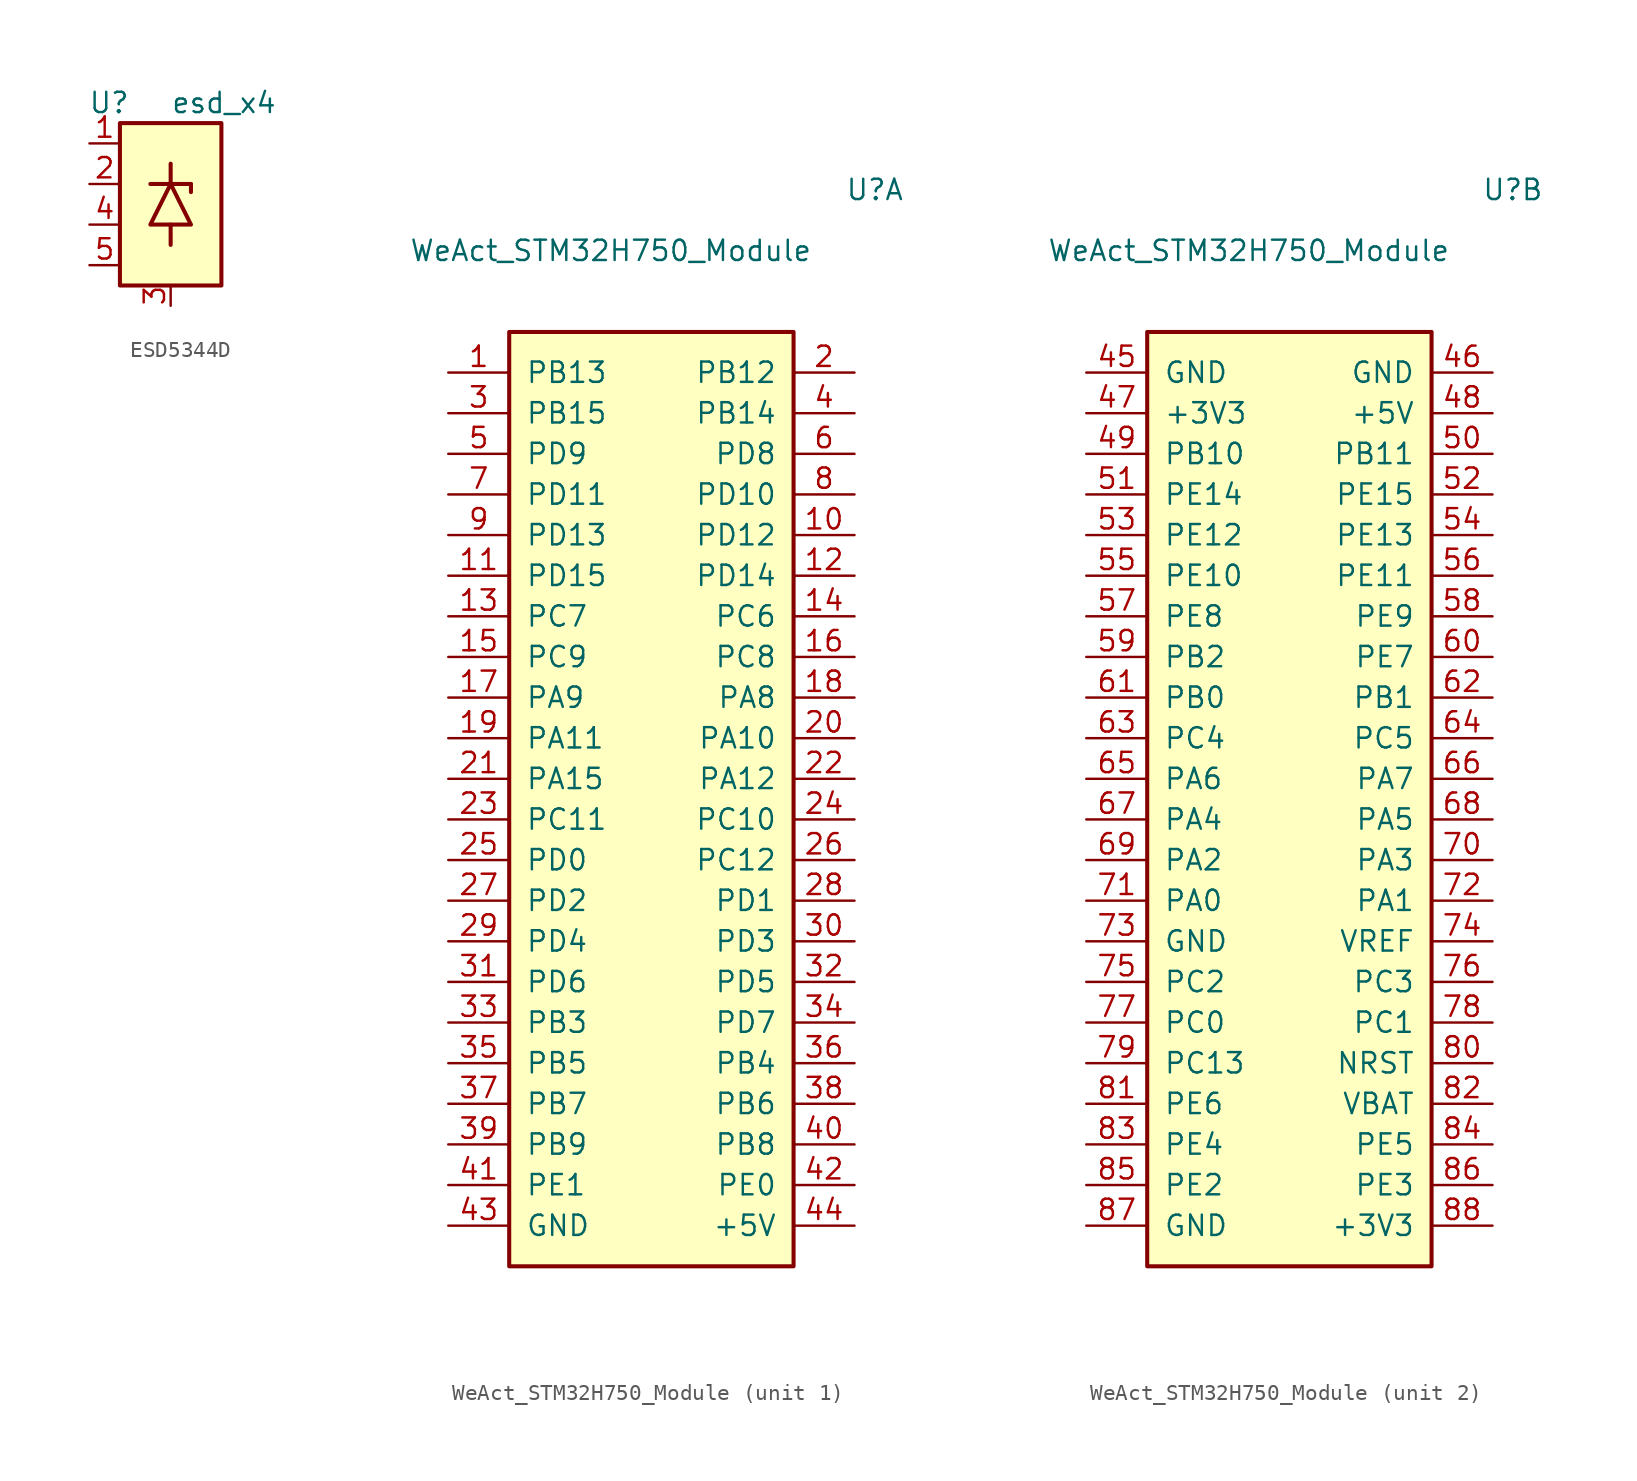
<source format=kicad_sym>
(kicad_symbol_lib
  (version 20220914)
  (generator kicad_symbol_editor)
  (symbol "ESD5344D"
    (pin_names hide)
    (property "Reference" "U"
      (at -2.54 7.62 0)
      (effects (font (size 1.27 1.27)) (justify right)))
    (property "Value" "esd_x4"
      (at 0 7.62 0)
      (effects (font (size 1.27 1.27)) (justify left)))
    (symbol "ESD5344D_0_1"
      (rectangle (start -3.175 6.35) (end 3.175 -3.81) (stroke (width 0.254) (type default)) (fill (type background))))
    (symbol "ESD5344D_1_1"
      (polyline (pts (xy -1.27 2.54) (xy 1.27 2.54)) (stroke (width 0.254) (type default)) (fill (type none)))
      (polyline (pts (xy 0 0) (xy 0 -1.27)) (stroke (width 0.254) (type default)) (fill (type none)))
      (polyline (pts (xy 0 2.54) (xy 0 3.81)) (stroke (width 0.254) (type default)) (fill (type none)))
      (polyline (pts (xy 1.27 2.54) (xy 1.27 2.032)) (stroke (width 0.254) (type default)) (fill (type none)))
      (polyline (pts (xy 1.27 0) (xy 0 2.54) (xy -1.27 0) (xy 1.27 0)) (stroke (width 0.254) (type default)) (fill (type none)))
      (pin passive line (at -5.08 5.08 0) (length 1.905) (name "D1" (effects (font (size 1.27 1.27)))) (number "1" (effects (font (size 1.27 1.27)))))
      (pin passive line (at -5.08 2.54 0) (length 1.905) (name "D2" (effects (font (size 1.27 1.27)))) (number "2" (effects (font (size 1.27 1.27)))))
      (pin power_in line (at 0 -5.08 90) (length 1.27) (name "GND" (effects (font (size 1.27 1.27)))) (number "3" (effects (font (size 1.27 1.27)))))
      (pin passive line (at -5.08 0 0) (length 1.905) (name "D3" (effects (font (size 1.27 1.27)))) (number "4" (effects (font (size 1.27 1.27)))))
      (pin passive line (at -5.08 -2.54 0) (length 1.905) (name "D4" (effects (font (size 1.27 1.27)))) (number "5" (effects (font (size 1.27 1.27)))))))
  (symbol "WeAct_STM32H750_Module"
    (pin_names
      (offset 1.016))
    (property "Reference" "U"
      (at 13.97 36.83 0)
      (effects (font (size 1.27 1.27))))
    (property "Value" "WeAct_STM32H750_Module"
      (at -2.54 33.02 0)
      (effects (font (size 1.27 1.27))))
    (property "ki_locked" ""
      (at 0 0 0)
      (effects (font (size 1.27 1.27))))
    (symbol "WeAct_STM32H750_Module_1_1"
      (rectangle (start -8.89 27.94) (end 8.89 -30.48) (stroke (width 0.254) (type default)) (fill (type background)))
      (pin passive line (at -12.7 25.4 0) (length 3.81) (name "PB13" (effects (font (size 1.27 1.27)))) (number "1" (effects (font (size 1.27 1.27)))))
      (pin passive line (at 12.7 15.24 180) (length 3.81) (name "PD12" (effects (font (size 1.27 1.27)))) (number "10" (effects (font (size 1.27 1.27)))))
      (pin passive line (at -12.7 12.7 0) (length 3.81) (name "PD15" (effects (font (size 1.27 1.27)))) (number "11" (effects (font (size 1.27 1.27)))))
      (pin passive line (at 12.7 12.7 180) (length 3.81) (name "PD14" (effects (font (size 1.27 1.27)))) (number "12" (effects (font (size 1.27 1.27)))))
      (pin passive line (at -12.7 10.16 0) (length 3.81) (name "PC7" (effects (font (size 1.27 1.27)))) (number "13" (effects (font (size 1.27 1.27)))))
      (pin passive line (at 12.7 10.16 180) (length 3.81) (name "PC6" (effects (font (size 1.27 1.27)))) (number "14" (effects (font (size 1.27 1.27)))))
      (pin passive line (at -12.7 7.62 0) (length 3.81) (name "PC9" (effects (font (size 1.27 1.27)))) (number "15" (effects (font (size 1.27 1.27)))))
      (pin passive line (at 12.7 7.62 180) (length 3.81) (name "PC8" (effects (font (size 1.27 1.27)))) (number "16" (effects (font (size 1.27 1.27)))))
      (pin passive line (at -12.7 5.08 0) (length 3.81) (name "PA9" (effects (font (size 1.27 1.27)))) (number "17" (effects (font (size 1.27 1.27)))))
      (pin passive line (at 12.7 5.08 180) (length 3.81) (name "PA8" (effects (font (size 1.27 1.27)))) (number "18" (effects (font (size 1.27 1.27)))))
      (pin passive line (at -12.7 2.54 0) (length 3.81) (name "PA11" (effects (font (size 1.27 1.27)))) (number "19" (effects (font (size 1.27 1.27)))))
      (pin passive line (at 12.7 25.4 180) (length 3.81) (name "PB12" (effects (font (size 1.27 1.27)))) (number "2" (effects (font (size 1.27 1.27)))))
      (pin passive line (at 12.7 2.54 180) (length 3.81) (name "PA10" (effects (font (size 1.27 1.27)))) (number "20" (effects (font (size 1.27 1.27)))))
      (pin passive line (at -12.7 0 0) (length 3.81) (name "PA15" (effects (font (size 1.27 1.27)))) (number "21" (effects (font (size 1.27 1.27)))))
      (pin passive line (at 12.7 0 180) (length 3.81) (name "PA12" (effects (font (size 1.27 1.27)))) (number "22" (effects (font (size 1.27 1.27)))))
      (pin passive line (at -12.7 -2.54 0) (length 3.81) (name "PC11" (effects (font (size 1.27 1.27)))) (number "23" (effects (font (size 1.27 1.27)))))
      (pin passive line (at 12.7 -2.54 180) (length 3.81) (name "PC10" (effects (font (size 1.27 1.27)))) (number "24" (effects (font (size 1.27 1.27)))))
      (pin passive line (at -12.7 -5.08 0) (length 3.81) (name "PD0" (effects (font (size 1.27 1.27)))) (number "25" (effects (font (size 1.27 1.27)))))
      (pin passive line (at 12.7 -5.08 180) (length 3.81) (name "PC12" (effects (font (size 1.27 1.27)))) (number "26" (effects (font (size 1.27 1.27)))))
      (pin passive line (at -12.7 -7.62 0) (length 3.81) (name "PD2" (effects (font (size 1.27 1.27)))) (number "27" (effects (font (size 1.27 1.27)))))
      (pin passive line (at 12.7 -7.62 180) (length 3.81) (name "PD1" (effects (font (size 1.27 1.27)))) (number "28" (effects (font (size 1.27 1.27)))))
      (pin passive line (at -12.7 -10.16 0) (length 3.81) (name "PD4" (effects (font (size 1.27 1.27)))) (number "29" (effects (font (size 1.27 1.27)))))
      (pin passive line (at -12.7 22.86 0) (length 3.81) (name "PB15" (effects (font (size 1.27 1.27)))) (number "3" (effects (font (size 1.27 1.27)))))
      (pin passive line (at 12.7 -10.16 180) (length 3.81) (name "PD3" (effects (font (size 1.27 1.27)))) (number "30" (effects (font (size 1.27 1.27)))))
      (pin passive line (at -12.7 -12.7 0) (length 3.81) (name "PD6" (effects (font (size 1.27 1.27)))) (number "31" (effects (font (size 1.27 1.27)))))
      (pin passive line (at 12.7 -12.7 180) (length 3.81) (name "PD5" (effects (font (size 1.27 1.27)))) (number "32" (effects (font (size 1.27 1.27)))))
      (pin passive line (at -12.7 -15.24 0) (length 3.81) (name "PB3" (effects (font (size 1.27 1.27)))) (number "33" (effects (font (size 1.27 1.27)))))
      (pin passive line (at 12.7 -15.24 180) (length 3.81) (name "PD7" (effects (font (size 1.27 1.27)))) (number "34" (effects (font (size 1.27 1.27)))))
      (pin passive line (at -12.7 -17.78 0) (length 3.81) (name "PB5" (effects (font (size 1.27 1.27)))) (number "35" (effects (font (size 1.27 1.27)))))
      (pin passive line (at 12.7 -17.78 180) (length 3.81) (name "PB4" (effects (font (size 1.27 1.27)))) (number "36" (effects (font (size 1.27 1.27)))))
      (pin passive line (at -12.7 -20.32 0) (length 3.81) (name "PB7" (effects (font (size 1.27 1.27)))) (number "37" (effects (font (size 1.27 1.27)))))
      (pin passive line (at 12.7 -20.32 180) (length 3.81) (name "PB6" (effects (font (size 1.27 1.27)))) (number "38" (effects (font (size 1.27 1.27)))))
      (pin passive line (at -12.7 -22.86 0) (length 3.81) (name "PB9" (effects (font (size 1.27 1.27)))) (number "39" (effects (font (size 1.27 1.27)))))
      (pin passive line (at 12.7 22.86 180) (length 3.81) (name "PB14" (effects (font (size 1.27 1.27)))) (number "4" (effects (font (size 1.27 1.27)))))
      (pin passive line (at 12.7 -22.86 180) (length 3.81) (name "PB8" (effects (font (size 1.27 1.27)))) (number "40" (effects (font (size 1.27 1.27)))))
      (pin passive line (at -12.7 -25.4 0) (length 3.81) (name "PE1" (effects (font (size 1.27 1.27)))) (number "41" (effects (font (size 1.27 1.27)))))
      (pin passive line (at 12.7 -25.4 180) (length 3.81) (name "PE0" (effects (font (size 1.27 1.27)))) (number "42" (effects (font (size 1.27 1.27)))))
      (pin passive line (at -12.7 -27.94 0) (length 3.81) (name "GND" (effects (font (size 1.27 1.27)))) (number "43" (effects (font (size 1.27 1.27)))))
      (pin passive line (at 12.7 -27.94 180) (length 3.81) (name "+5V" (effects (font (size 1.27 1.27)))) (number "44" (effects (font (size 1.27 1.27)))))
      (pin passive line (at -12.7 20.32 0) (length 3.81) (name "PD9" (effects (font (size 1.27 1.27)))) (number "5" (effects (font (size 1.27 1.27)))))
      (pin passive line (at 12.7 20.32 180) (length 3.81) (name "PD8" (effects (font (size 1.27 1.27)))) (number "6" (effects (font (size 1.27 1.27)))))
      (pin passive line (at -12.7 17.78 0) (length 3.81) (name "PD11" (effects (font (size 1.27 1.27)))) (number "7" (effects (font (size 1.27 1.27)))))
      (pin passive line (at 12.7 17.78 180) (length 3.81) (name "PD10" (effects (font (size 1.27 1.27)))) (number "8" (effects (font (size 1.27 1.27)))))
      (pin passive line (at -12.7 15.24 0) (length 3.81) (name "PD13" (effects (font (size 1.27 1.27)))) (number "9" (effects (font (size 1.27 1.27))))))
    (symbol "WeAct_STM32H750_Module_2_1"
      (rectangle (start -8.89 27.94) (end 8.89 -30.48) (stroke (width 0.254) (type default)) (fill (type background)))
      (pin passive line (at -12.7 25.4 0) (length 3.81) (name "GND" (effects (font (size 1.27 1.27)))) (number "45" (effects (font (size 1.27 1.27)))))
      (pin passive line (at 12.7 25.4 180) (length 3.81) (name "GND" (effects (font (size 1.27 1.27)))) (number "46" (effects (font (size 1.27 1.27)))))
      (pin passive line (at -12.7 22.86 0) (length 3.81) (name "+3V3" (effects (font (size 1.27 1.27)))) (number "47" (effects (font (size 1.27 1.27)))))
      (pin passive line (at 12.7 22.86 180) (length 3.81) (name "+5V" (effects (font (size 1.27 1.27)))) (number "48" (effects (font (size 1.27 1.27)))))
      (pin passive line (at -12.7 20.32 0) (length 3.81) (name "PB10" (effects (font (size 1.27 1.27)))) (number "49" (effects (font (size 1.27 1.27)))))
      (pin passive line (at 12.7 20.32 180) (length 3.81) (name "PB11" (effects (font (size 1.27 1.27)))) (number "50" (effects (font (size 1.27 1.27)))))
      (pin passive line (at -12.7 17.78 0) (length 3.81) (name "PE14" (effects (font (size 1.27 1.27)))) (number "51" (effects (font (size 1.27 1.27)))))
      (pin passive line (at 12.7 17.78 180) (length 3.81) (name "PE15" (effects (font (size 1.27 1.27)))) (number "52" (effects (font (size 1.27 1.27)))))
      (pin passive line (at -12.7 15.24 0) (length 3.81) (name "PE12" (effects (font (size 1.27 1.27)))) (number "53" (effects (font (size 1.27 1.27)))))
      (pin passive line (at 12.7 15.24 180) (length 3.81) (name "PE13" (effects (font (size 1.27 1.27)))) (number "54" (effects (font (size 1.27 1.27)))))
      (pin passive line (at -12.7 12.7 0) (length 3.81) (name "PE10" (effects (font (size 1.27 1.27)))) (number "55" (effects (font (size 1.27 1.27)))))
      (pin passive line (at 12.7 12.7 180) (length 3.81) (name "PE11" (effects (font (size 1.27 1.27)))) (number "56" (effects (font (size 1.27 1.27)))))
      (pin passive line (at -12.7 10.16 0) (length 3.81) (name "PE8" (effects (font (size 1.27 1.27)))) (number "57" (effects (font (size 1.27 1.27)))))
      (pin passive line (at 12.7 10.16 180) (length 3.81) (name "PE9" (effects (font (size 1.27 1.27)))) (number "58" (effects (font (size 1.27 1.27)))))
      (pin passive line (at -12.7 7.62 0) (length 3.81) (name "PB2" (effects (font (size 1.27 1.27)))) (number "59" (effects (font (size 1.27 1.27)))))
      (pin passive line (at 12.7 7.62 180) (length 3.81) (name "PE7" (effects (font (size 1.27 1.27)))) (number "60" (effects (font (size 1.27 1.27)))))
      (pin passive line (at -12.7 5.08 0) (length 3.81) (name "PB0" (effects (font (size 1.27 1.27)))) (number "61" (effects (font (size 1.27 1.27)))))
      (pin passive line (at 12.7 5.08 180) (length 3.81) (name "PB1" (effects (font (size 1.27 1.27)))) (number "62" (effects (font (size 1.27 1.27)))))
      (pin passive line (at -12.7 2.54 0) (length 3.81) (name "PC4" (effects (font (size 1.27 1.27)))) (number "63" (effects (font (size 1.27 1.27)))))
      (pin passive line (at 12.7 2.54 180) (length 3.81) (name "PC5" (effects (font (size 1.27 1.27)))) (number "64" (effects (font (size 1.27 1.27)))))
      (pin passive line (at -12.7 0 0) (length 3.81) (name "PA6" (effects (font (size 1.27 1.27)))) (number "65" (effects (font (size 1.27 1.27)))))
      (pin passive line (at 12.7 0 180) (length 3.81) (name "PA7" (effects (font (size 1.27 1.27)))) (number "66" (effects (font (size 1.27 1.27)))))
      (pin passive line (at -12.7 -2.54 0) (length 3.81) (name "PA4" (effects (font (size 1.27 1.27)))) (number "67" (effects (font (size 1.27 1.27)))))
      (pin passive line (at 12.7 -2.54 180) (length 3.81) (name "PA5" (effects (font (size 1.27 1.27)))) (number "68" (effects (font (size 1.27 1.27)))))
      (pin passive line (at -12.7 -5.08 0) (length 3.81) (name "PA2" (effects (font (size 1.27 1.27)))) (number "69" (effects (font (size 1.27 1.27)))))
      (pin passive line (at 12.7 -5.08 180) (length 3.81) (name "PA3" (effects (font (size 1.27 1.27)))) (number "70" (effects (font (size 1.27 1.27)))))
      (pin passive line (at -12.7 -7.62 0) (length 3.81) (name "PA0" (effects (font (size 1.27 1.27)))) (number "71" (effects (font (size 1.27 1.27)))))
      (pin passive line (at 12.7 -7.62 180) (length 3.81) (name "PA1" (effects (font (size 1.27 1.27)))) (number "72" (effects (font (size 1.27 1.27)))))
      (pin passive line (at -12.7 -10.16 0) (length 3.81) (name "GND" (effects (font (size 1.27 1.27)))) (number "73" (effects (font (size 1.27 1.27)))))
      (pin passive line (at 12.7 -10.16 180) (length 3.81) (name "VREF" (effects (font (size 1.27 1.27)))) (number "74" (effects (font (size 1.27 1.27)))))
      (pin passive line (at -12.7 -12.7 0) (length 3.81) (name "PC2" (effects (font (size 1.27 1.27)))) (number "75" (effects (font (size 1.27 1.27)))))
      (pin passive line (at 12.7 -12.7 180) (length 3.81) (name "PC3" (effects (font (size 1.27 1.27)))) (number "76" (effects (font (size 1.27 1.27)))))
      (pin passive line (at -12.7 -15.24 0) (length 3.81) (name "PC0" (effects (font (size 1.27 1.27)))) (number "77" (effects (font (size 1.27 1.27)))))
      (pin passive line (at 12.7 -15.24 180) (length 3.81) (name "PC1" (effects (font (size 1.27 1.27)))) (number "78" (effects (font (size 1.27 1.27)))))
      (pin passive line (at -12.7 -17.78 0) (length 3.81) (name "PC13" (effects (font (size 1.27 1.27)))) (number "79" (effects (font (size 1.27 1.27)))))
      (pin passive line (at 12.7 -17.78 180) (length 3.81) (name "NRST" (effects (font (size 1.27 1.27)))) (number "80" (effects (font (size 1.27 1.27)))))
      (pin passive line (at -12.7 -20.32 0) (length 3.81) (name "PE6" (effects (font (size 1.27 1.27)))) (number "81" (effects (font (size 1.27 1.27)))))
      (pin passive line (at 12.7 -20.32 180) (length 3.81) (name "VBAT" (effects (font (size 1.27 1.27)))) (number "82" (effects (font (size 1.27 1.27)))))
      (pin passive line (at -12.7 -22.86 0) (length 3.81) (name "PE4" (effects (font (size 1.27 1.27)))) (number "83" (effects (font (size 1.27 1.27)))))
      (pin passive line (at 12.7 -22.86 180) (length 3.81) (name "PE5" (effects (font (size 1.27 1.27)))) (number "84" (effects (font (size 1.27 1.27)))))
      (pin passive line (at -12.7 -25.4 0) (length 3.81) (name "PE2" (effects (font (size 1.27 1.27)))) (number "85" (effects (font (size 1.27 1.27)))))
      (pin passive line (at 12.7 -25.4 180) (length 3.81) (name "PE3" (effects (font (size 1.27 1.27)))) (number "86" (effects (font (size 1.27 1.27)))))
      (pin passive line (at -12.7 -27.94 0) (length 3.81) (name "GND" (effects (font (size 1.27 1.27)))) (number "87" (effects (font (size 1.27 1.27)))))
      (pin passive line (at 12.7 -27.94 180) (length 3.81) (name "+3V3" (effects (font (size 1.27 1.27)))) (number "88" (effects (font (size 1.27 1.27))))))))
</source>
